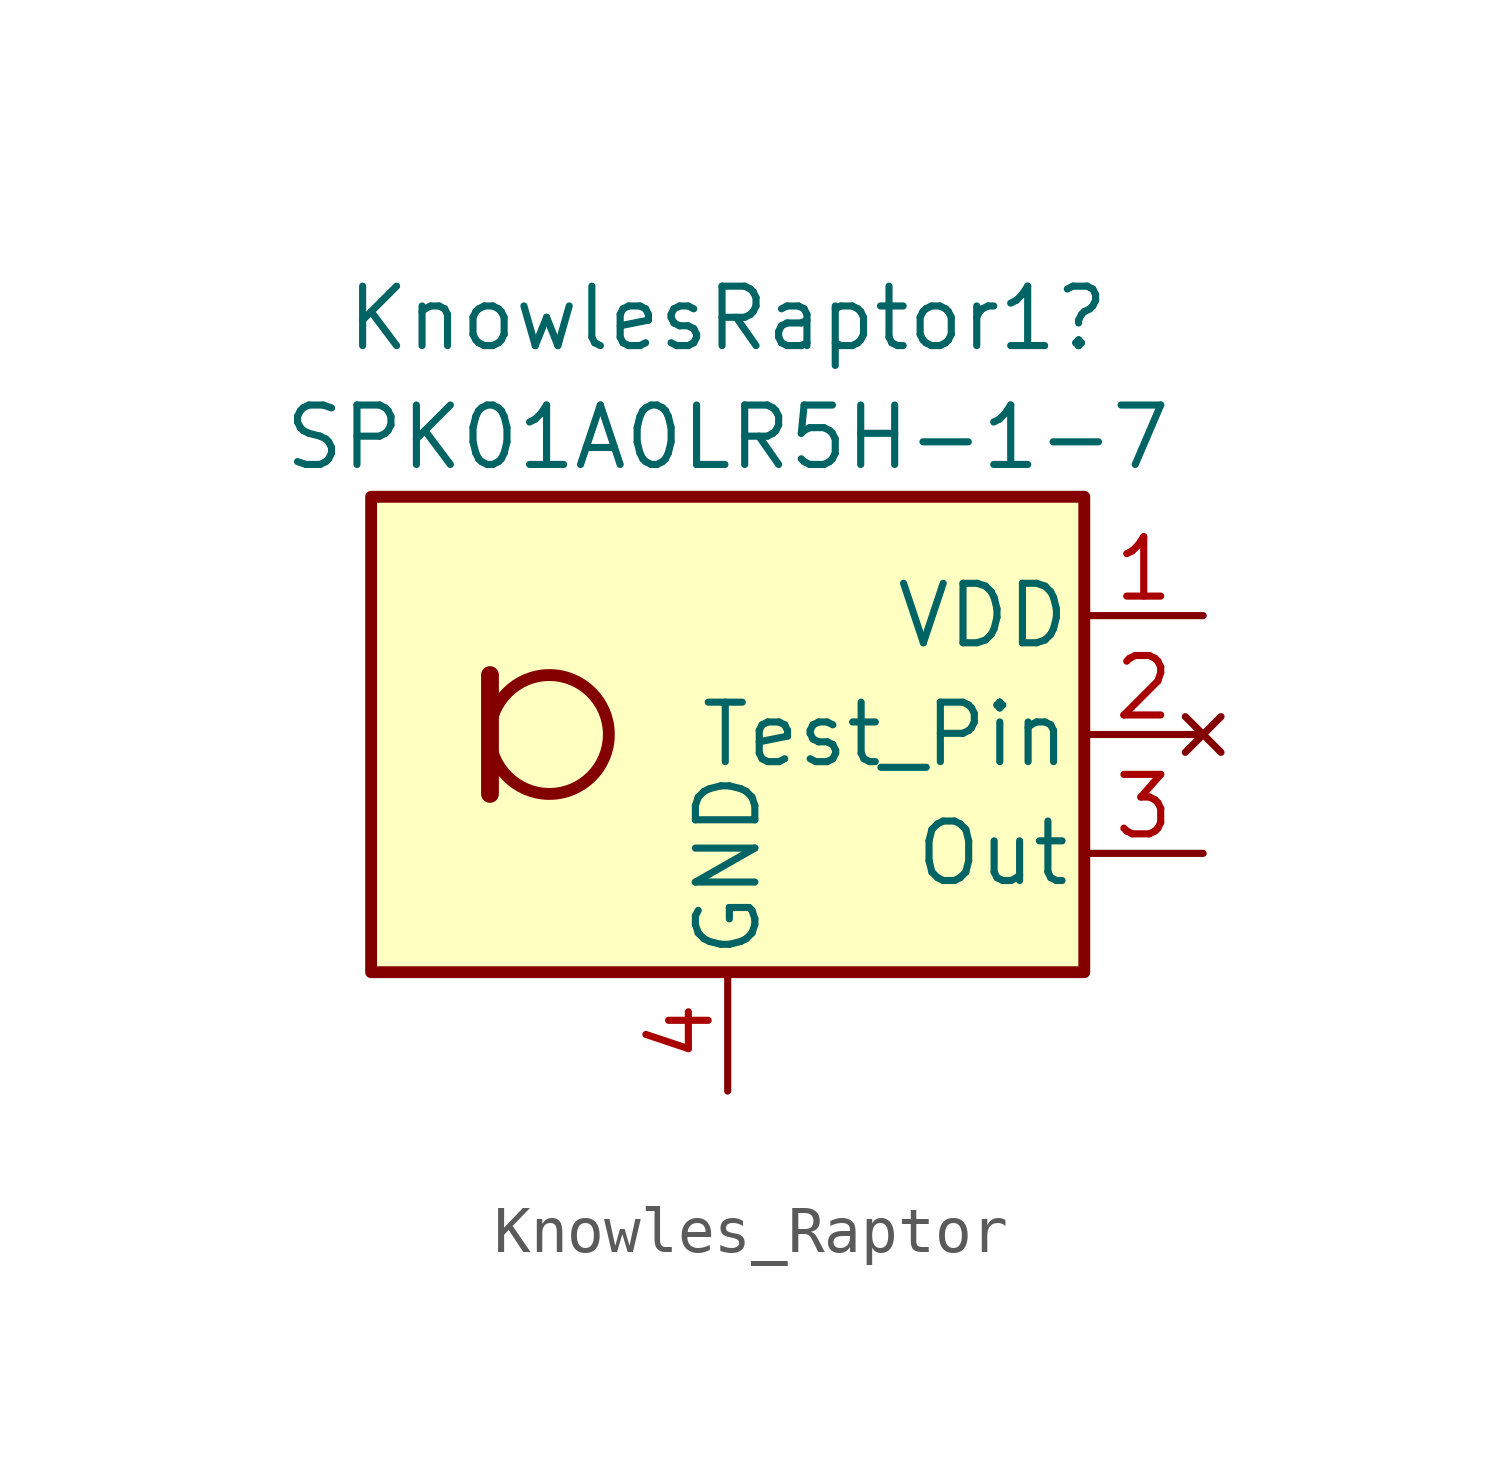
<source format=kicad_sym>
(kicad_symbol_lib
  (version 20220914)
  (generator kicad_symbol_editor)
  (symbol "Knowles_Raptor"
    (pin_names
      (offset 0.254))
    (property "Reference" "KnowlesRaptor1"
      (at 0 8.89 0)
      (effects (font (size 1.27 1.27))))
    (property "Value" "SPK01A0LR5H-1-7"
      (at 0 6.35 0)
      (effects (font (size 1.27 1.27))))
    (symbol "Knowles_Raptor_0_1"
      (rectangle (start -7.62 5.08) (end 7.62 -5.08) (stroke (width 0.254) (type default)) (fill (type background)))
      (circle (center -3.81 0) (radius 1.27) (stroke (width 0.254) (type default)) (fill (type none)))
      (polyline (pts (xy -5.08 1.27) (xy -5.08 -1.27)) (stroke (width 0.381) (type default)) (fill (type none))))
    (symbol "Knowles_Raptor_1_1"
      (pin power_in line (at 10.16 2.54 180) (length 2.54) (name "VDD" (effects (font (size 1.27 1.27)))) (number "1" (effects (font (size 1.27 1.27)))))
      (pin no_connect line (at 10.16 0 180) (length 2.54) (name "Test_Pin" (effects (font (size 1.27 1.27)))) (number "2" (effects (font (size 1.27 1.27)))))
      (pin output line (at 10.16 -2.54 180) (length 2.54) (name "Out" (effects (font (size 1.27 1.27)))) (number "3" (effects (font (size 1.27 1.27)))))
      (pin power_in line (at 0 -7.62 90) (length 2.54) (name "GND" (effects (font (size 1.27 1.27)))) (number "4" (effects (font (size 1.27 1.27))))))))
</source>
